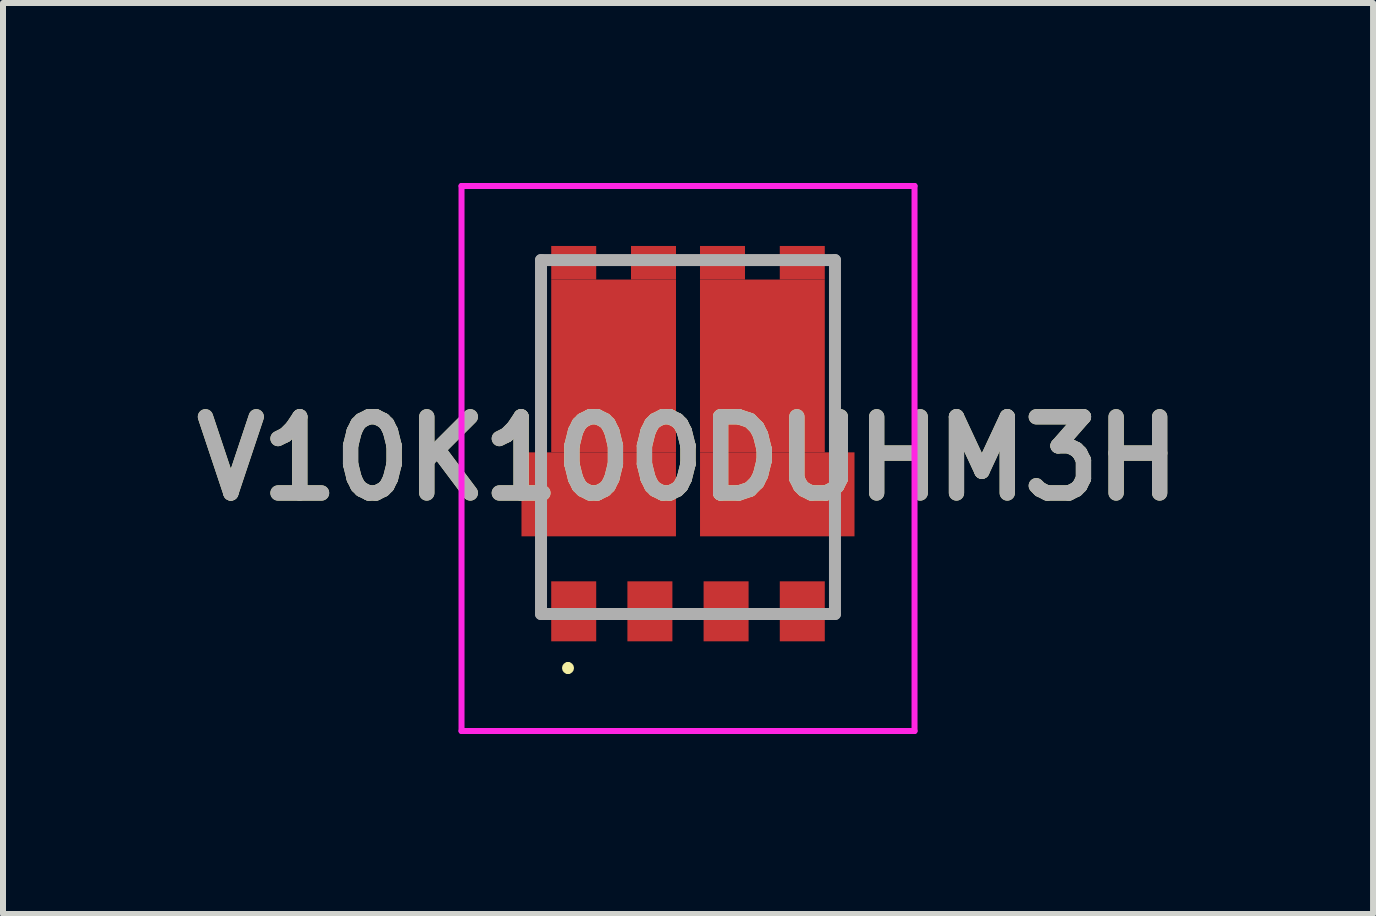
<source format=kicad_pcb>
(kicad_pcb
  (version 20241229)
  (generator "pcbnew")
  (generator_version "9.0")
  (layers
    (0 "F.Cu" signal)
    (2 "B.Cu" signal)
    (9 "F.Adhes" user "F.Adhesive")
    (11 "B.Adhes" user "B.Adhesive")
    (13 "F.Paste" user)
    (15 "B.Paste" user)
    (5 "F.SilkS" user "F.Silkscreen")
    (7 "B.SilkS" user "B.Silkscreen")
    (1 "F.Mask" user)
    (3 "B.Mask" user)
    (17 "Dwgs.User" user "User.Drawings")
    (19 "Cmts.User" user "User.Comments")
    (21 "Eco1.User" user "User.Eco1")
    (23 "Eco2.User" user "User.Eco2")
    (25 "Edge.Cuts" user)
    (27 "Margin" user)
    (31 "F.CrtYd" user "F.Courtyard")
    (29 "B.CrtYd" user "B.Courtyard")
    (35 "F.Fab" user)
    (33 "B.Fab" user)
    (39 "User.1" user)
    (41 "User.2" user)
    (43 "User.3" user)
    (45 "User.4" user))
  (footprint "V10K100DUHM3H"
    (layer "F.Cu")
    (at 8.418 4.235)
    (property "Reference" "V10K100DUHM3H" (at 0 0.358 0) (layer "F.SilkS") (effects (font (size 1.27 1.27) (thickness 0.254))))
    (attr smd)
    (fp_line (start -2.45 -2.95) (end -2.45 -0.1) (stroke (width 0.1) (type solid)) (layer "F.SilkS"))
    (fp_line (start -2 3.8) (end -2 3.8) (stroke (width 0.1) (type solid)) (layer "F.SilkS"))
    (fp_line (start -2 3.9) (end -2 3.9) (stroke (width 0.1) (type solid)) (layer "F.SilkS"))
    (fp_line (start 2.45 -2.95) (end 2.45 0) (stroke (width 0.1) (type solid)) (layer "F.SilkS"))
    (fp_arc (start -2 3.8) (mid -1.95 3.85) (end -2 3.9) (stroke (width 0.1) (type solid)) (layer "F.SilkS"))
    (fp_arc (start -2 3.9) (mid -2.05 3.85) (end -2 3.8) (stroke (width 0.1) (type solid)) (layer "F.SilkS"))
    (fp_line (start -3.775 -4.185) (end 3.776 -4.185) (stroke (width 0.1) (type solid)) (layer "F.CrtYd"))
    (fp_line (start -3.775 4.9) (end -3.775 -4.185) (stroke (width 0.1) (type solid)) (layer "F.CrtYd"))
    (fp_line (start 3.776 -4.185) (end 3.776 4.9) (stroke (width 0.1) (type solid)) (layer "F.CrtYd"))
    (fp_line (start 3.776 4.9) (end -3.775 4.9) (stroke (width 0.1) (type solid)) (layer "F.CrtYd"))
    (fp_line (start -2.45 -2.95) (end 2.45 -2.95) (stroke (width 0.2) (type solid)) (layer "F.Fab"))
    (fp_line (start -2.45 2.95) (end -2.45 -2.95) (stroke (width 0.2) (type solid)) (layer "F.Fab"))
    (fp_line (start 2.45 -2.95) (end 2.45 2.95) (stroke (width 0.2) (type solid)) (layer "F.Fab"))
    (fp_line (start 2.45 2.95) (end -2.45 2.95) (stroke (width 0.2) (type solid)) (layer "F.Fab"))
    (fp_text user "${REFERENCE}" (at 0 0.358 0) (layer "F.Fab") (effects (font (size 1.27 1.27) (thickness 0.254))))
    (pad "1" smd rect (at -1.905 2.905) (size 0.75 1) (layers "F.Cu" "F.Mask" "F.Paste"))
    (pad "2" smd rect (at -0.635 2.905) (size 0.75 1) (layers "F.Cu" "F.Mask" "F.Paste"))
    (pad "3" smd rect (at 0.635 2.905) (size 0.75 1) (layers "F.Cu" "F.Mask" "F.Paste"))
    (pad "4" smd rect (at 1.905 2.905) (size 0.75 1) (layers "F.Cu" "F.Mask" "F.Paste"))
    (pad "5" smd rect (at 1.905 -2.905 90) (size 0.56 0.75) (layers "F.Cu" "F.Mask" "F.Paste"))
    (pad "6" smd rect (at 0.575 -2.905 90) (size 0.56 0.75) (layers "F.Cu" "F.Mask" "F.Paste"))
    (pad "7" smd rect (at -0.575 -2.905 90) (size 0.56 0.75) (layers "F.Cu" "F.Mask" "F.Paste"))
    (pad "8" smd rect (at -1.905 -2.905 90) (size 0.56 0.75) (layers "F.Cu" "F.Mask" "F.Paste"))
    (pad "9" smd rect (at -1.24 -1.185) (size 2.08 2.88) (layers "F.Cu" "F.Mask" "F.Paste"))
    (pad "10" smd rect (at 1.24 -1.185) (size 2.08 2.88) (layers "F.Cu" "F.Mask" "F.Paste"))
    (pad "F1" smd rect (at -1.488 0.955 90) (size 1.4 2.575) (layers "F.Cu" "F.Mask" "F.Paste"))
    (pad "F2" smd rect (at 1.488 0.955 90) (size 1.4 2.575) (layers "F.Cu" "F.Mask" "F.Paste")))
  (gr_rect
    (start -3 -3)
    (end 19.837 12.185)
    (stroke (width 0.1) (type default))
    (fill no)
    (layer "Edge.Cuts")))
</source>
